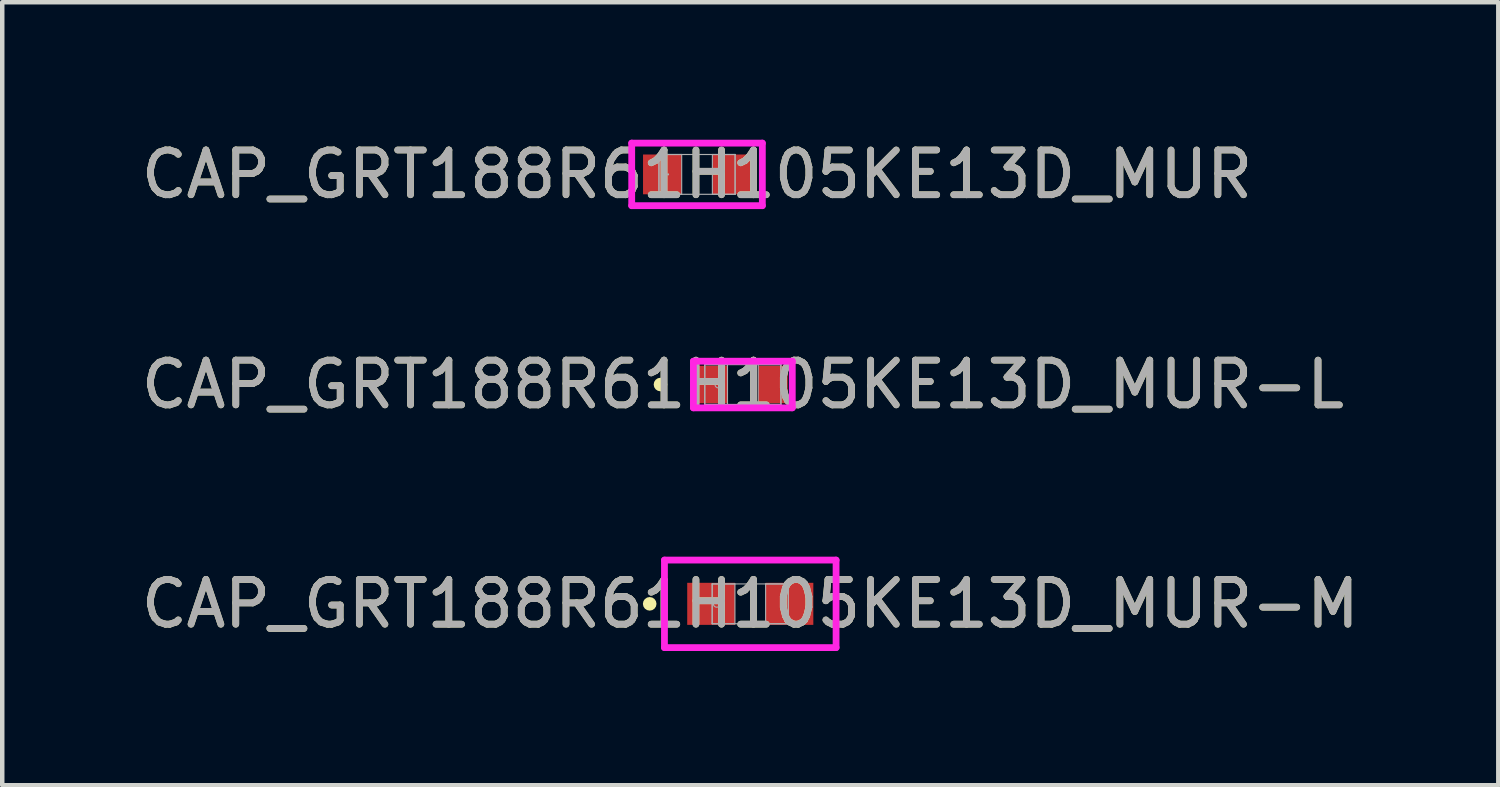
<source format=kicad_pcb>
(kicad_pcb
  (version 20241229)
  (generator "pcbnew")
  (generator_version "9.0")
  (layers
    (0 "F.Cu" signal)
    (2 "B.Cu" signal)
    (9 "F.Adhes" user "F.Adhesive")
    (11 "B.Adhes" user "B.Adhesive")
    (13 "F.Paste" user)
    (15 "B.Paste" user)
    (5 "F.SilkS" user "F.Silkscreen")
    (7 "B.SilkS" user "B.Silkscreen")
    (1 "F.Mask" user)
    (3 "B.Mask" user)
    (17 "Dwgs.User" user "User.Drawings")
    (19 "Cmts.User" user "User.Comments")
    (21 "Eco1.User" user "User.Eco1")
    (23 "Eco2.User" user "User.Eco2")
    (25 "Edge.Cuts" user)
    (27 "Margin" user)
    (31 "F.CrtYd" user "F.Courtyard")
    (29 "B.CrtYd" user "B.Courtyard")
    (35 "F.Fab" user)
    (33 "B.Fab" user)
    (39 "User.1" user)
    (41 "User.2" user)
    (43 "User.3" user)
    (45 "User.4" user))
  (footprint "CAP_GRT188R61H105KE13D_MUR-M"
    (layer "F.Cu")
    (at 13.72 10.447)
    (property "Reference" "CAP_GRT188R61H105KE13D_MUR-M" (at 0 0 0) (unlocked yes) (layer "F.SilkS") (effects (font (size 1 1) (thickness 0.15))))
    (attr smd)
    (fp_circle (center -2.248 0) (end -2.172 0) (stroke (width 0.152) (type solid)) (fill no) (layer "F.SilkS"))
    (fp_line (start -1.918 -0.978) (end 1.918 -0.978) (stroke (width 0.152) (type solid)) (layer "F.CrtYd"))
    (fp_line (start -1.918 0.978) (end -1.918 -0.978) (stroke (width 0.152) (type solid)) (layer "F.CrtYd"))
    (fp_line (start 1.918 -0.978) (end 1.918 0.978) (stroke (width 0.152) (type solid)) (layer "F.CrtYd"))
    (fp_line (start 1.918 0.978) (end -1.918 0.978) (stroke (width 0.152) (type solid)) (layer "F.CrtYd"))
    (fp_line (start -0.851 -0.445) (end -0.851 0.445) (stroke (width 0.025) (type solid)) (layer "F.Fab"))
    (fp_line (start -0.851 -0.445) (end -0.851 0.445) (stroke (width 0.025) (type solid)) (layer "F.Fab"))
    (fp_line (start -0.851 0.445) (end -0.343 0.445) (stroke (width 0.025) (type solid)) (layer "F.Fab"))
    (fp_line (start -0.851 0.445) (end 0.851 0.445) (stroke (width 0.025) (type solid)) (layer "F.Fab"))
    (fp_line (start -0.343 -0.445) (end -0.851 -0.445) (stroke (width 0.025) (type solid)) (layer "F.Fab"))
    (fp_line (start -0.343 0.445) (end -0.343 -0.445) (stroke (width 0.025) (type solid)) (layer "F.Fab"))
    (fp_line (start 0.343 -0.445) (end 0.343 0.445) (stroke (width 0.025) (type solid)) (layer "F.Fab"))
    (fp_line (start 0.343 0.445) (end 0.851 0.445) (stroke (width 0.025) (type solid)) (layer "F.Fab"))
    (fp_line (start 0.851 -0.445) (end -0.851 -0.445) (stroke (width 0.025) (type solid)) (layer "F.Fab"))
    (fp_line (start 0.851 -0.445) (end 0.343 -0.445) (stroke (width 0.025) (type solid)) (layer "F.Fab"))
    (fp_line (start 0.851 0.445) (end 0.851 -0.445) (stroke (width 0.025) (type solid)) (layer "F.Fab"))
    (fp_line (start 0.851 0.445) (end 0.851 -0.445) (stroke (width 0.025) (type solid)) (layer "F.Fab"))
    (fp_circle (center -0.749 0) (end -0.673 0) (stroke (width 0.025) (type solid)) (fill no) (layer "F.Fab"))
    (fp_text user "${REFERENCE}" (at 0 0 0) (unlocked yes) (layer "F.Fab") (effects (font (size 1 1) (thickness 0.15))))
    (pad "1" smd rect (at -0.876 0) (size 1.067 0.94) (layers "F.Cu" "F.Mask" "F.Paste"))
    (pad "2" smd rect (at 0.876 0) (size 1.067 0.94) (layers "F.Cu" "F.Mask" "F.Paste"))
    (zone (net_name "") (layer "F.Cu") (hatch full 0.508) (connect_pads) (min_thickness 0.254) (filled_areas_thickness no) (keepout (tracks not_allowed) (vias not_allowed) (pads allowed) (copperpour not_allowed) (footprints allowed)) (placement (enabled no)) (fill) (polygon (pts (xy 13.428 10.053) (xy 14.012 10.053) (xy 14.012 10.841) (xy 13.428 10.841)))))
  (footprint "CAP_GRT188R61H105KE13D_MUR-L"
    (layer "F.Cu")
    (at 13.554 5.545)
    (property "Reference" "CAP_GRT188R61H105KE13D_MUR-L" (at 0 0 0) (unlocked yes) (layer "F.SilkS") (effects (font (size 1 1) (thickness 0.15))))
    (attr smd)
    (fp_circle (center -1.841 0) (end -1.765 0) (stroke (width 0.152) (type solid)) (fill no) (layer "F.SilkS"))
    (fp_line (start -1.105 -0.521) (end 1.105 -0.521) (stroke (width 0.152) (type solid)) (layer "F.CrtYd"))
    (fp_line (start -1.105 0.521) (end -1.105 -0.521) (stroke (width 0.152) (type solid)) (layer "F.CrtYd"))
    (fp_line (start 1.105 -0.521) (end 1.105 0.521) (stroke (width 0.152) (type solid)) (layer "F.CrtYd"))
    (fp_line (start 1.105 0.521) (end -1.105 0.521) (stroke (width 0.152) (type solid)) (layer "F.CrtYd"))
    (fp_line (start -0.851 -0.445) (end -0.851 0.445) (stroke (width 0.025) (type solid)) (layer "F.Fab"))
    (fp_line (start -0.851 -0.445) (end -0.851 0.445) (stroke (width 0.025) (type solid)) (layer "F.Fab"))
    (fp_line (start -0.851 0.445) (end -0.343 0.445) (stroke (width 0.025) (type solid)) (layer "F.Fab"))
    (fp_line (start -0.851 0.445) (end 0.851 0.445) (stroke (width 0.025) (type solid)) (layer "F.Fab"))
    (fp_line (start -0.343 -0.445) (end -0.851 -0.445) (stroke (width 0.025) (type solid)) (layer "F.Fab"))
    (fp_line (start -0.343 0.445) (end -0.343 -0.445) (stroke (width 0.025) (type solid)) (layer "F.Fab"))
    (fp_line (start 0.343 -0.445) (end 0.343 0.445) (stroke (width 0.025) (type solid)) (layer "F.Fab"))
    (fp_line (start 0.343 0.445) (end 0.851 0.445) (stroke (width 0.025) (type solid)) (layer "F.Fab"))
    (fp_line (start 0.851 -0.445) (end -0.851 -0.445) (stroke (width 0.025) (type solid)) (layer "F.Fab"))
    (fp_line (start 0.851 -0.445) (end 0.343 -0.445) (stroke (width 0.025) (type solid)) (layer "F.Fab"))
    (fp_line (start 0.851 0.445) (end 0.851 -0.445) (stroke (width 0.025) (type solid)) (layer "F.Fab"))
    (fp_line (start 0.851 0.445) (end 0.851 -0.445) (stroke (width 0.025) (type solid)) (layer "F.Fab"))
    (fp_circle (center -0.546 0) (end -0.47 0) (stroke (width 0.025) (type solid)) (fill no) (layer "F.Fab"))
    (fp_text user "${REFERENCE}" (at 0 0 0) (unlocked yes) (layer "F.Fab") (effects (font (size 1 1) (thickness 0.15))))
    (pad "1" smd rect (at -0.673 0) (size 0.66 0.838) (layers "F.Cu" "F.Mask" "F.Paste"))
    (pad "2" smd rect (at 0.673 0) (size 0.66 0.838) (layers "F.Cu" "F.Mask" "F.Paste"))
    (zone (net_name "") (layer "F.Cu") (hatch full 0.508) (connect_pads) (min_thickness 0.254) (filled_areas_thickness no) (keepout (tracks not_allowed) (vias not_allowed) (pads allowed) (copperpour not_allowed) (footprints allowed)) (placement (enabled no)) (fill) (polygon (pts (xy 13.261 5.151) (xy 13.846 5.151) (xy 13.846 5.938) (xy 13.261 5.938)))))
  (footprint "CAP_GRT188R61H105KE13D_MUR"
    (layer "F.Cu")
    (at 12.53 0.848)
    (property "Reference" "CAP_GRT188R61H105KE13D_MUR" (at 0 0 0) (unlocked yes) (layer "F.SilkS") (effects (font (size 1 1) (thickness 0.15))))
    (attr smd)
    (fp_line (start -1.46 -0.699) (end 1.46 -0.699) (stroke (width 0.152) (type solid)) (layer "F.CrtYd"))
    (fp_line (start -1.46 0.699) (end -1.46 -0.699) (stroke (width 0.152) (type solid)) (layer "F.CrtYd"))
    (fp_line (start 1.46 -0.699) (end 1.46 0.699) (stroke (width 0.152) (type solid)) (layer "F.CrtYd"))
    (fp_line (start 1.46 0.699) (end -1.46 0.699) (stroke (width 0.152) (type solid)) (layer "F.CrtYd"))
    (fp_line (start -0.851 -0.445) (end -0.851 0.445) (stroke (width 0.025) (type solid)) (layer "F.Fab"))
    (fp_line (start -0.851 -0.445) (end -0.851 0.445) (stroke (width 0.025) (type solid)) (layer "F.Fab"))
    (fp_line (start -0.851 0.445) (end -0.343 0.445) (stroke (width 0.025) (type solid)) (layer "F.Fab"))
    (fp_line (start -0.851 0.445) (end 0.851 0.445) (stroke (width 0.025) (type solid)) (layer "F.Fab"))
    (fp_line (start -0.343 -0.445) (end -0.851 -0.445) (stroke (width 0.025) (type solid)) (layer "F.Fab"))
    (fp_line (start -0.343 0.445) (end -0.343 -0.445) (stroke (width 0.025) (type solid)) (layer "F.Fab"))
    (fp_line (start 0.343 -0.445) (end 0.343 0.445) (stroke (width 0.025) (type solid)) (layer "F.Fab"))
    (fp_line (start 0.343 0.445) (end 0.851 0.445) (stroke (width 0.025) (type solid)) (layer "F.Fab"))
    (fp_line (start 0.851 -0.445) (end -0.851 -0.445) (stroke (width 0.025) (type solid)) (layer "F.Fab"))
    (fp_line (start 0.851 -0.445) (end 0.343 -0.445) (stroke (width 0.025) (type solid)) (layer "F.Fab"))
    (fp_line (start 0.851 0.445) (end 0.851 -0.445) (stroke (width 0.025) (type solid)) (layer "F.Fab"))
    (fp_line (start 0.851 0.445) (end 0.851 -0.445) (stroke (width 0.025) (type solid)) (layer "F.Fab"))
    (fp_circle (center -0.648 0) (end -0.648 0) (stroke (width 0.025) (type solid)) (fill no) (layer "F.Fab"))
    (fp_text user "${REFERENCE}" (at 0 0 0) (unlocked yes) (layer "F.Fab") (effects (font (size 1 1) (thickness 0.15))))
    (pad "1" smd rect (at -0.775 0) (size 0.864 0.889) (layers "F.Cu" "F.Mask" "F.Paste"))
    (pad "2" smd rect (at 0.775 0) (size 0.864 0.889) (layers "F.Cu" "F.Mask" "F.Paste"))
    (zone (net_name "") (layer "F.Cu") (hatch full 0.508) (connect_pads) (min_thickness 0.254) (filled_areas_thickness no) (keepout (tracks not_allowed) (vias not_allowed) (pads allowed) (copperpour not_allowed) (footprints allowed)) (placement (enabled no)) (fill) (polygon (pts (xy 12.238 0.455) (xy 12.822 0.455) (xy 12.822 1.242) (xy 12.238 1.242)))))
  (gr_rect
    (start -3 -3)
    (end 30.44 14.501)
    (stroke (width 0.1) (type default))
    (fill no)
    (layer "Edge.Cuts")))
</source>
